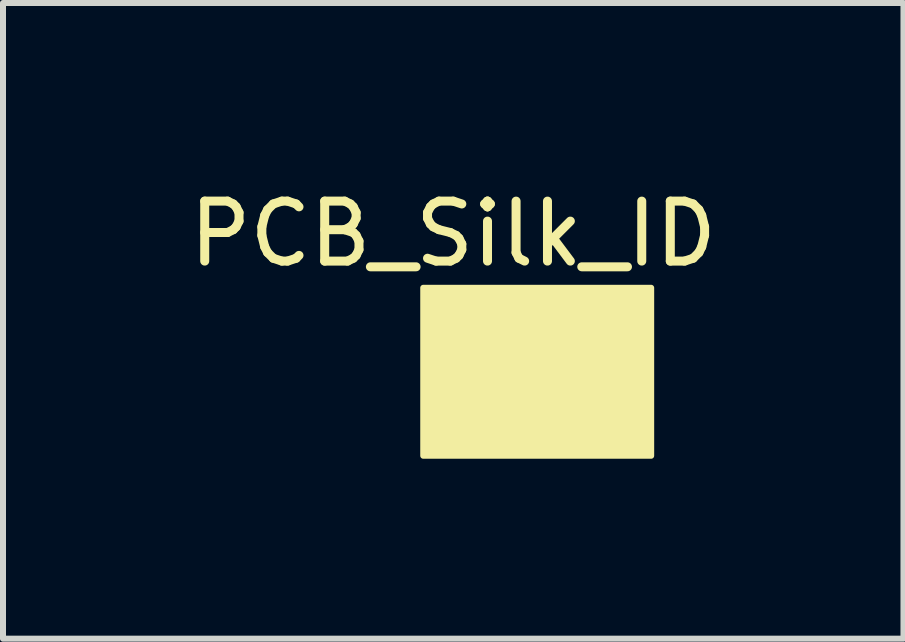
<source format=kicad_pcb>
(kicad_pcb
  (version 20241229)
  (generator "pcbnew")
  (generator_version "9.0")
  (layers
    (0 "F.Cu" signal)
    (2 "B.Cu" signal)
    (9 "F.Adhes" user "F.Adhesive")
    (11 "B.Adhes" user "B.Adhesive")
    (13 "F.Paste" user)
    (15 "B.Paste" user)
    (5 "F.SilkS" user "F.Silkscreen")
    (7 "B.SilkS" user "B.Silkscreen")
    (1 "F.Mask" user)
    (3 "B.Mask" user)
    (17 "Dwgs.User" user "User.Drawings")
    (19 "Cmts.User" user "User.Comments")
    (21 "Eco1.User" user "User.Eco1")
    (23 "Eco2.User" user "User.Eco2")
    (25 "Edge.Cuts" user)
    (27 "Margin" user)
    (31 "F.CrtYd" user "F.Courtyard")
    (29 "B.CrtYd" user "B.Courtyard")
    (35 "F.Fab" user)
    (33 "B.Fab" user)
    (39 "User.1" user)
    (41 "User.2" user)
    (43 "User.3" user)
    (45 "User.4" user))
  (footprint "PCB_Silk_ID"
    (layer "F.Cu")
    (at 4.006 1.748)
    (property "Reference" "PCB_Silk_ID" (at 0.5 -0.9 0) (unlocked yes) (layer "F.SilkS") (effects (font (size 1 1) (thickness 0.15))))
    (attr exclude_from_pos_files exclude_from_bom)
    (fp_poly (pts (xy 0 0) (xy 0 2.8) (xy 3.8 2.8) (xy 3.8 0)) (stroke (width 0.1) (type solid)) (fill yes) (layer "F.SilkS")))
  (gr_rect
    (start -3 -3)
    (end 12.012 7.598)
    (stroke (width 0.1) (type default))
    (fill no)
    (layer "Edge.Cuts")))
</source>
